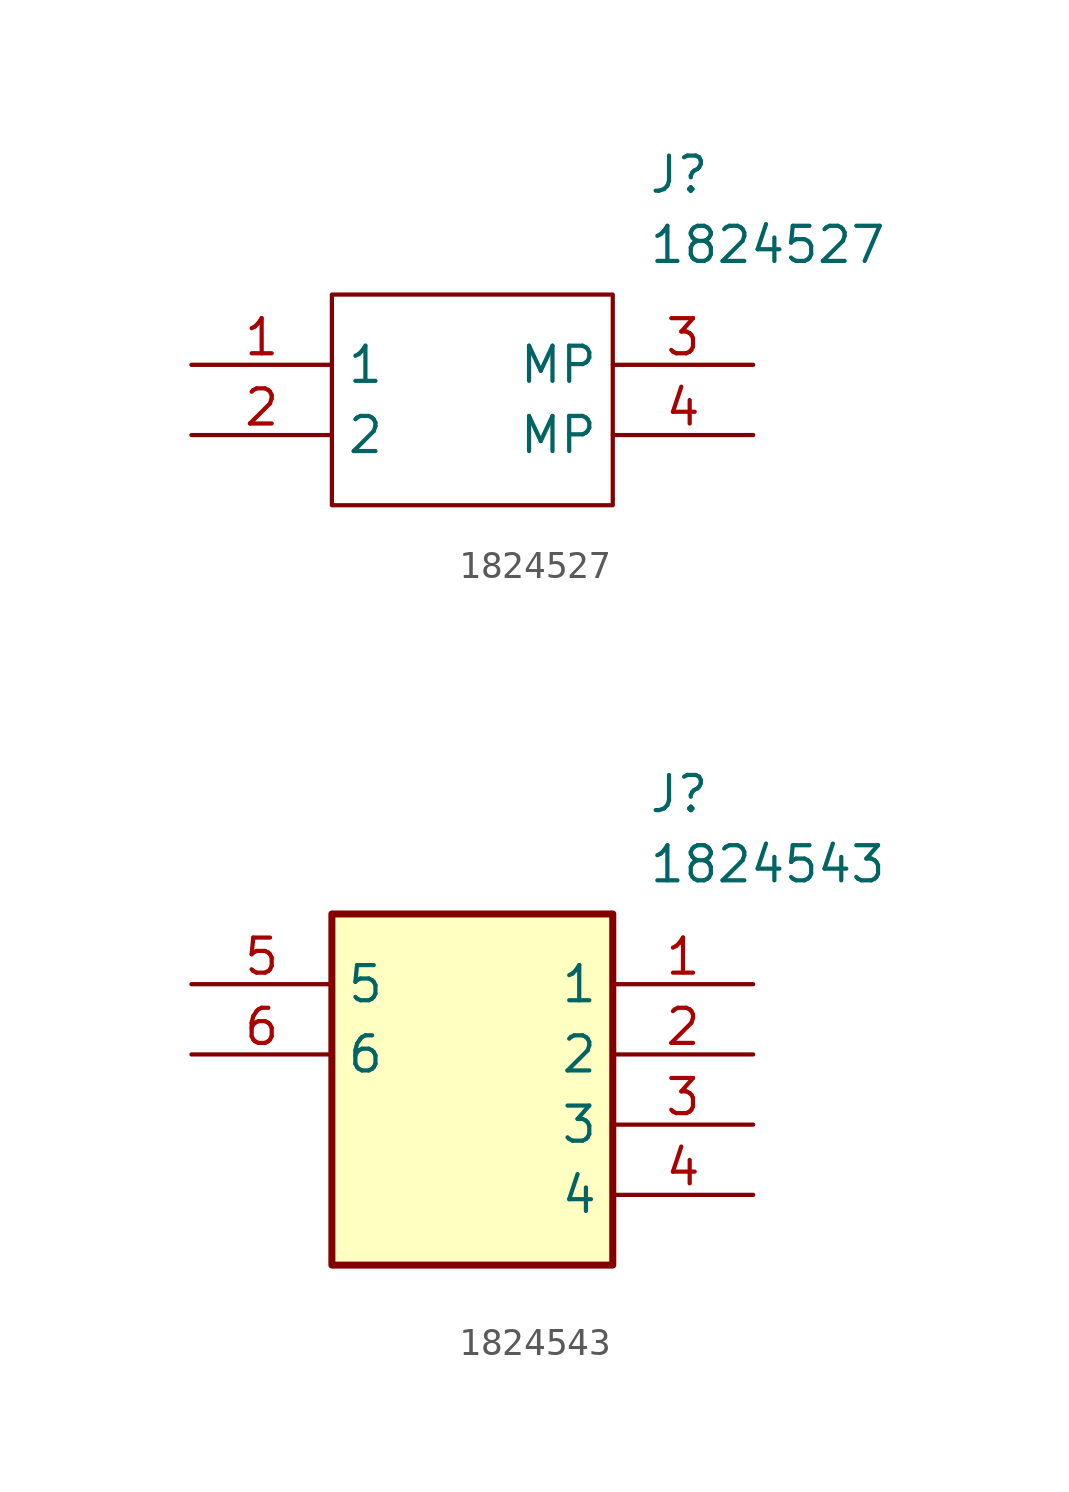
<source format=kicad_sym>
(kicad_symbol_lib
  (version 20231120)
  (generator "kicad_symbol_editor")
  (generator_version "8.0")
  (symbol "1824527"
    (property "Reference" "J"
      (at 16.51 7.62 0)
      (effects (font (size 1.27 1.27)) (justify left top)))
    (property "Value" "1824527"
      (at 16.51 5.08 0)
      (effects (font (size 1.27 1.27)) (justify left top)))
    (symbol "1824527_0_1"
      (rectangle (start 5.08 2.54) (end 15.24 -5.08) (stroke (width 0) (type default)) (fill (type none))))
    (symbol "1824527_1_1"
      (pin passive line (at 0 0 0) (length 5.08) (name "1" (effects (font (size 1.27 1.27)))) (number "1" (effects (font (size 1.27 1.27)))))
      (pin passive line (at 0 -2.54 0) (length 5.08) (name "2" (effects (font (size 1.27 1.27)))) (number "2" (effects (font (size 1.27 1.27)))))
      (pin passive line (at 20.32 0 180) (length 5.08) (name "MP" (effects (font (size 1.27 1.27)))) (number "3" (effects (font (size 1.27 1.27)))))
      (pin passive line (at 20.32 -2.54 180) (length 5.08) (name "MP" (effects (font (size 1.27 1.27)))) (number "4" (effects (font (size 1.27 1.27)))))))
  (symbol "1824543"
    (property "Reference" "J"
      (at 16.51 7.62 0)
      (effects (font (size 1.27 1.27)) (justify left top)))
    (property "Value" "1824543"
      (at 16.51 5.08 0)
      (effects (font (size 1.27 1.27)) (justify left top)))
    (symbol "1824543_1_1"
      (rectangle (start 5.08 2.54) (end 15.24 -10.16) (stroke (width 0.254) (type default)) (fill (type background)))
      (pin passive line (at 20.32 0 180) (length 5.08) (name "1" (effects (font (size 1.27 1.27)))) (number "1" (effects (font (size 1.27 1.27)))))
      (pin passive line (at 20.32 -2.54 180) (length 5.08) (name "2" (effects (font (size 1.27 1.27)))) (number "2" (effects (font (size 1.27 1.27)))))
      (pin passive line (at 20.32 -5.08 180) (length 5.08) (name "3" (effects (font (size 1.27 1.27)))) (number "3" (effects (font (size 1.27 1.27)))))
      (pin passive line (at 20.32 -7.62 180) (length 5.08) (name "4" (effects (font (size 1.27 1.27)))) (number "4" (effects (font (size 1.27 1.27)))))
      (pin passive line (at 0 0 0) (length 5.08) (name "5" (effects (font (size 1.27 1.27)))) (number "5" (effects (font (size 1.27 1.27)))))
      (pin passive line (at 0 -2.54 0) (length 5.08) (name "6" (effects (font (size 1.27 1.27)))) (number "6" (effects (font (size 1.27 1.27))))))))
</source>
